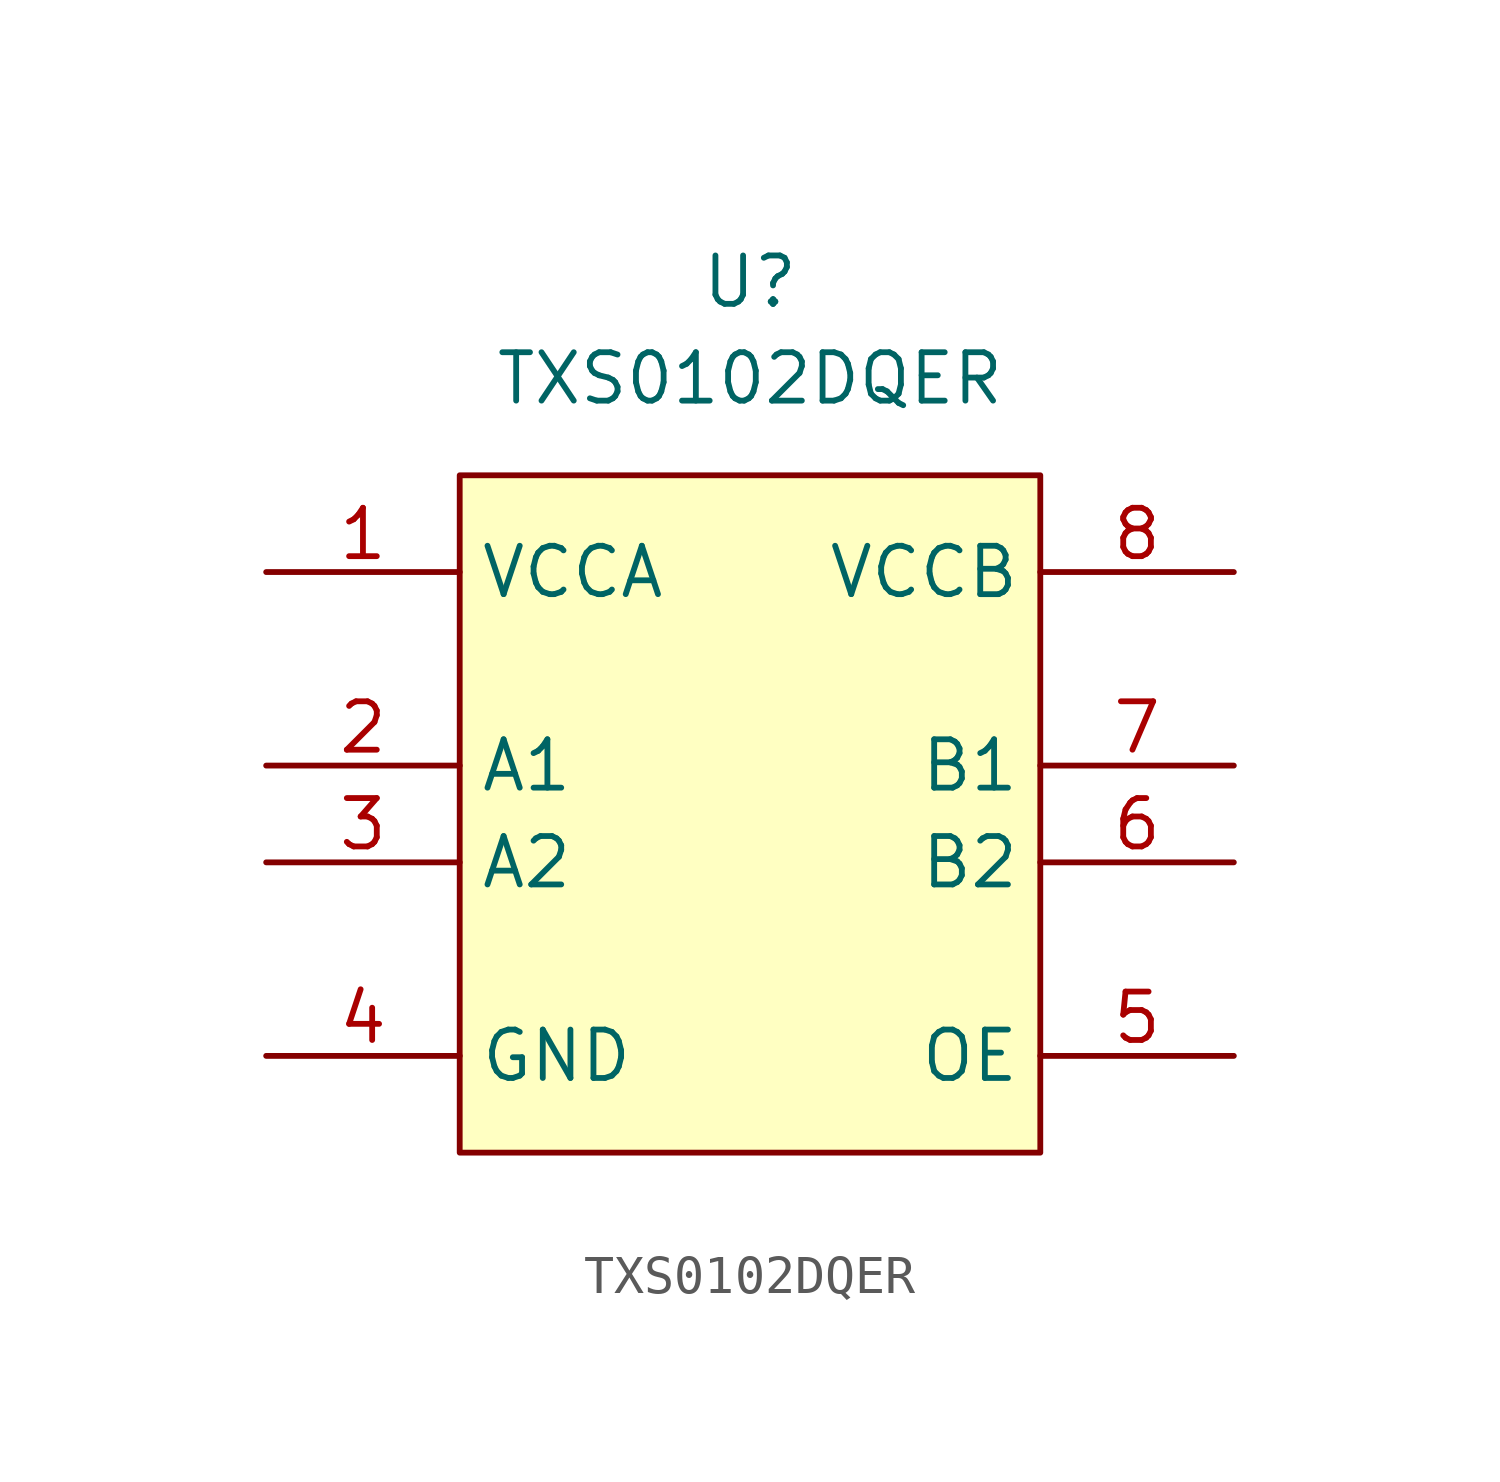
<source format=kicad_sym>
(kicad_symbol_lib
  (version 20241209)
  (generator "kicad_symbol_editor")
  (generator_version "9.0")
  (symbol "TXS0102DQER"
    (property "Reference" "U"
      (at 0 5.08 0)
      (effects (font (size 1.27 1.27))))
    (property "Value" "TXS0102DQER"
      (at 0 2.54 0)
      (effects (font (size 1.27 1.27))))
    (symbol "TXS0102DQER_1_1"
      (rectangle (start -7.62 0) (end 7.62 -17.78) (stroke (width 0) (type solid)) (fill (type background)))
      (pin passive line (at -12.7 -2.54 0) (length 5.08) (name "VCCA" (effects (font (size 1.27 1.27)))) (number "1" (effects (font (size 1.27 1.27)))))
      (pin passive line (at -12.7 -7.62 0) (length 5.08) (name "A1" (effects (font (size 1.27 1.27)))) (number "2" (effects (font (size 1.27 1.27)))))
      (pin passive line (at -12.7 -10.16 0) (length 5.08) (name "A2" (effects (font (size 1.27 1.27)))) (number "3" (effects (font (size 1.27 1.27)))))
      (pin passive line (at -12.7 -15.24 0) (length 5.08) (name "GND" (effects (font (size 1.27 1.27)))) (number "4" (effects (font (size 1.27 1.27)))))
      (pin passive line (at 12.7 -2.54 180) (length 5.08) (name "VCCB" (effects (font (size 1.27 1.27)))) (number "8" (effects (font (size 1.27 1.27)))))
      (pin passive line (at 12.7 -7.62 180) (length 5.08) (name "B1" (effects (font (size 1.27 1.27)))) (number "7" (effects (font (size 1.27 1.27)))))
      (pin passive line (at 12.7 -10.16 180) (length 5.08) (name "B2" (effects (font (size 1.27 1.27)))) (number "6" (effects (font (size 1.27 1.27)))))
      (pin passive line (at 12.7 -15.24 180) (length 5.08) (name "OE" (effects (font (size 1.27 1.27)))) (number "5" (effects (font (size 1.27 1.27))))))))
</source>
